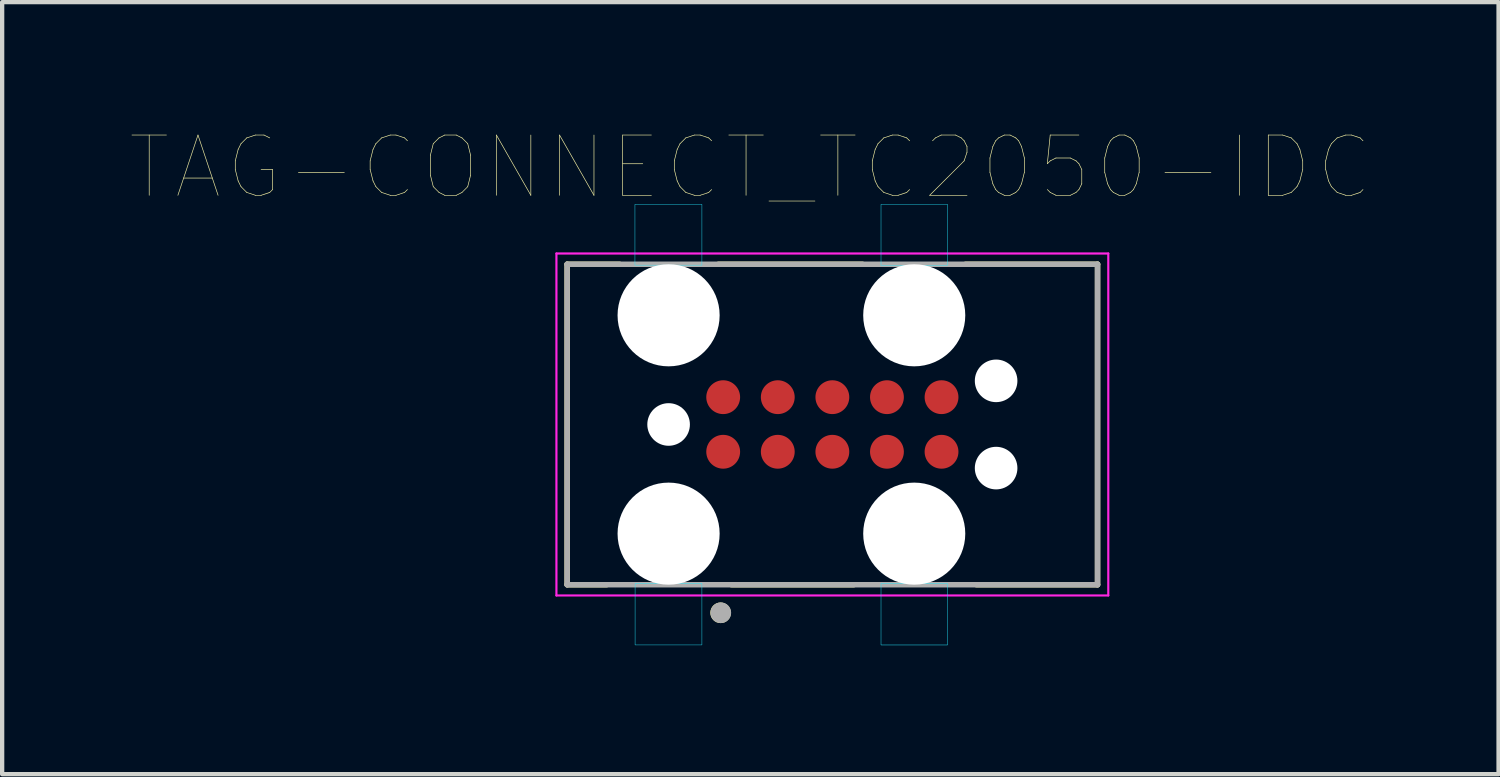
<source format=kicad_pcb>
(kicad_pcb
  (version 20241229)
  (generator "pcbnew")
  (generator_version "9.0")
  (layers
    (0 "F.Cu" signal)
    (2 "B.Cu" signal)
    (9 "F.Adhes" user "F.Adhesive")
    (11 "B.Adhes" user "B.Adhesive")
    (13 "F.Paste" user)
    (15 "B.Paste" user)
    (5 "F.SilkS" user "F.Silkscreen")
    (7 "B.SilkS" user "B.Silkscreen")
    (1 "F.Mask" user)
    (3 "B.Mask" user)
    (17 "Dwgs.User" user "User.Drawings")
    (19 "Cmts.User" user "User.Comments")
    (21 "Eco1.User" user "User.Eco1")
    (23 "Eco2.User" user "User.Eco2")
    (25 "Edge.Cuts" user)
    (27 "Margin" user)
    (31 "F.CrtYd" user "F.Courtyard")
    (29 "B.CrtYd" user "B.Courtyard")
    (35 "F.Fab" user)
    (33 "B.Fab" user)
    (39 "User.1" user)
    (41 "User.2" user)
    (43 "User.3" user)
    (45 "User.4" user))
  (footprint "TAG-CONNECT_TC2050-IDC"
    (layer "F.Cu")
    (at 16.316 6.826)
    (property "Reference" "TAG-CONNECT_TC2050-IDC" (at -1.908 -5.98 0) (layer "F.SilkS") (effects (font (size 1.402 1.402) (thickness 0.015))))
    (attr through_hole)
    (fp_line (start -6.17 -3.728) (end -4.95 -3.728) (stroke (width 0.127) (type solid)) (layer "F.SilkS"))
    (fp_line (start -6.17 3.728) (end -6.17 -3.728) (stroke (width 0.127) (type solid)) (layer "F.SilkS"))
    (fp_line (start -5.25 3.728) (end -6.17 3.728) (stroke (width 0.127) (type solid)) (layer "F.SilkS"))
    (fp_line (start -2.65 -3.728) (end 0.7 -3.728) (stroke (width 0.127) (type solid)) (layer "F.SilkS"))
    (fp_line (start 0.5 3.728) (end -2.35 3.728) (stroke (width 0.127) (type solid)) (layer "F.SilkS"))
    (fp_line (start 3.1 -3.728) (end 6.17 -3.728) (stroke (width 0.127) (type solid)) (layer "F.SilkS"))
    (fp_line (start 6.17 -3.728) (end 6.17 3.728) (stroke (width 0.127) (type solid)) (layer "F.SilkS"))
    (fp_line (start 6.17 3.728) (end 3.35 3.728) (stroke (width 0.127) (type solid)) (layer "F.SilkS"))
    (fp_circle (center -2.6 4.381) (end -2.48 4.381) (stroke (width 0.24) (type solid)) (fill no) (layer "F.SilkS"))
    (fp_poly (pts (xy -2.54 -0.241) (xy -2.54 0.241) (xy 2.54 0.241) (xy 2.54 -0.241)) (stroke (width 0.0001) (type solid)) (fill no) (layer "Dwgs.User"))
    (fp_poly (pts (xy -2.54 0) (xy -2.54 0.241) (xy 2.54 0.241) (xy 2.54 -0.241) (xy -2.54 -0.241)) (stroke (width 0.0001) (type solid)) (fill no) (layer "Dwgs.User"))
    (fp_poly (pts (xy -2.54 0.241) (xy -1.27 0.241) (xy -1.291 0.242) (xy -1.311 0.243) (xy -1.332 0.246) (xy -1.352 0.25) (xy -1.372 0.255) (xy -1.392 0.261) (xy -1.411 0.267) (xy -1.43 0.275) (xy -1.449 0.284) (xy -1.467 0.294) (xy -1.484 0.305) (xy -1.501 0.316) (xy -1.518 0.329) (xy -1.533 0.342) (xy -1.548 0.357) (xy -1.563 0.372) (xy -1.576 0.387) (xy -1.589 0.404) (xy -1.6 0.421) (xy -1.611 0.438) (xy -1.621 0.456) (xy -1.63 0.475) (xy -1.638 0.494) (xy -1.644 0.513) (xy -1.65 0.533) (xy -1.655 0.553) (xy -1.659 0.573) (xy -1.662 0.594) (xy -1.663 0.614) (xy -1.664 0.635) (xy -2.146 0.635) (xy -2.147 0.614) (xy -2.148 0.594) (xy -2.151 0.573) (xy -2.155 0.553) (xy -2.16 0.533) (xy -2.166 0.513) (xy -2.172 0.494) (xy -2.18 0.475) (xy -2.189 0.456) (xy -2.199 0.438) (xy -2.21 0.421) (xy -2.221 0.404) (xy -2.234 0.387) (xy -2.247 0.372) (xy -2.262 0.357) (xy -2.277 0.342) (xy -2.292 0.329) (xy -2.309 0.316) (xy -2.326 0.305) (xy -2.343 0.294) (xy -2.361 0.284) (xy -2.38 0.275) (xy -2.399 0.267) (xy -2.418 0.261) (xy -2.438 0.255) (xy -2.458 0.25) (xy -2.478 0.246) (xy -2.499 0.243) (xy -2.519 0.242) (xy -2.54 0.241)) (stroke (width 0.0001) (type solid)) (fill no) (layer "Dwgs.User"))
    (fp_poly (pts (xy -2.54 0.241) (xy -1.27 0.241) (xy -1.291 0.242) (xy -1.311 0.243) (xy -1.332 0.246) (xy -1.352 0.25) (xy -1.372 0.255) (xy -1.392 0.261) (xy -1.411 0.267) (xy -1.43 0.275) (xy -1.449 0.284) (xy -1.467 0.294) (xy -1.484 0.305) (xy -1.501 0.316) (xy -1.518 0.329) (xy -1.533 0.342) (xy -1.548 0.357) (xy -1.563 0.372) (xy -1.576 0.387) (xy -1.589 0.404) (xy -1.6 0.421) (xy -1.611 0.438) (xy -1.621 0.456) (xy -1.63 0.475) (xy -1.638 0.494) (xy -1.644 0.513) (xy -1.65 0.533) (xy -1.655 0.553) (xy -1.659 0.573) (xy -1.662 0.594) (xy -1.663 0.614) (xy -1.664 0.635) (xy -2.146 0.635) (xy -2.147 0.614) (xy -2.148 0.594) (xy -2.151 0.573) (xy -2.155 0.553) (xy -2.16 0.533) (xy -2.166 0.513) (xy -2.172 0.494) (xy -2.18 0.475) (xy -2.189 0.456) (xy -2.199 0.438) (xy -2.21 0.421) (xy -2.221 0.404) (xy -2.234 0.387) (xy -2.247 0.372) (xy -2.262 0.357) (xy -2.277 0.342) (xy -2.292 0.329) (xy -2.309 0.316) (xy -2.326 0.305) (xy -2.343 0.294) (xy -2.361 0.284) (xy -2.38 0.275) (xy -2.399 0.267) (xy -2.418 0.261) (xy -2.438 0.255) (xy -2.458 0.25) (xy -2.478 0.246) (xy -2.499 0.243) (xy -2.519 0.242) (xy -2.54 0.241)) (stroke (width 0.0001) (type solid)) (fill no) (layer "Dwgs.User"))
    (fp_poly (pts (xy -1.27 -0.241) (xy -2.54 -0.241) (xy -2.519 -0.242) (xy -2.499 -0.243) (xy -2.478 -0.246) (xy -2.458 -0.25) (xy -2.438 -0.255) (xy -2.418 -0.261) (xy -2.399 -0.267) (xy -2.38 -0.275) (xy -2.361 -0.284) (xy -2.343 -0.294) (xy -2.326 -0.305) (xy -2.309 -0.316) (xy -2.292 -0.329) (xy -2.277 -0.342) (xy -2.262 -0.357) (xy -2.247 -0.372) (xy -2.234 -0.387) (xy -2.221 -0.404) (xy -2.21 -0.421) (xy -2.199 -0.438) (xy -2.189 -0.456) (xy -2.18 -0.475) (xy -2.172 -0.494) (xy -2.166 -0.513) (xy -2.16 -0.533) (xy -2.155 -0.553) (xy -2.151 -0.573) (xy -2.148 -0.594) (xy -2.147 -0.614) (xy -2.146 -0.635) (xy -1.664 -0.635) (xy -1.663 -0.614) (xy -1.662 -0.594) (xy -1.659 -0.573) (xy -1.655 -0.553) (xy -1.65 -0.533) (xy -1.644 -0.513) (xy -1.638 -0.494) (xy -1.63 -0.475) (xy -1.621 -0.456) (xy -1.611 -0.438) (xy -1.6 -0.421) (xy -1.589 -0.404) (xy -1.576 -0.387) (xy -1.563 -0.372) (xy -1.548 -0.357) (xy -1.533 -0.342) (xy -1.518 -0.329) (xy -1.501 -0.316) (xy -1.484 -0.305) (xy -1.467 -0.294) (xy -1.449 -0.284) (xy -1.43 -0.275) (xy -1.411 -0.267) (xy -1.392 -0.261) (xy -1.372 -0.255) (xy -1.352 -0.25) (xy -1.332 -0.246) (xy -1.311 -0.243) (xy -1.291 -0.242) (xy -1.27 -0.241)) (stroke (width 0.0001) (type solid)) (fill no) (layer "Dwgs.User"))
    (fp_poly (pts (xy -1.27 -0.241) (xy -2.54 -0.241) (xy -2.519 -0.242) (xy -2.499 -0.243) (xy -2.478 -0.246) (xy -2.458 -0.25) (xy -2.438 -0.255) (xy -2.418 -0.261) (xy -2.399 -0.267) (xy -2.38 -0.275) (xy -2.361 -0.284) (xy -2.343 -0.294) (xy -2.326 -0.305) (xy -2.309 -0.316) (xy -2.292 -0.329) (xy -2.277 -0.342) (xy -2.262 -0.357) (xy -2.247 -0.372) (xy -2.234 -0.387) (xy -2.221 -0.404) (xy -2.21 -0.421) (xy -2.199 -0.438) (xy -2.189 -0.456) (xy -2.18 -0.475) (xy -2.172 -0.494) (xy -2.166 -0.513) (xy -2.16 -0.533) (xy -2.155 -0.553) (xy -2.151 -0.573) (xy -2.148 -0.594) (xy -2.147 -0.614) (xy -2.146 -0.635) (xy -1.664 -0.635) (xy -1.663 -0.614) (xy -1.662 -0.594) (xy -1.659 -0.573) (xy -1.655 -0.553) (xy -1.65 -0.533) (xy -1.644 -0.513) (xy -1.638 -0.494) (xy -1.63 -0.475) (xy -1.621 -0.456) (xy -1.611 -0.438) (xy -1.6 -0.421) (xy -1.589 -0.404) (xy -1.576 -0.387) (xy -1.563 -0.372) (xy -1.548 -0.357) (xy -1.533 -0.342) (xy -1.518 -0.329) (xy -1.501 -0.316) (xy -1.484 -0.305) (xy -1.467 -0.294) (xy -1.449 -0.284) (xy -1.43 -0.275) (xy -1.411 -0.267) (xy -1.392 -0.261) (xy -1.372 -0.255) (xy -1.352 -0.25) (xy -1.332 -0.246) (xy -1.311 -0.243) (xy -1.291 -0.242) (xy -1.27 -0.241)) (stroke (width 0.0001) (type solid)) (fill no) (layer "Dwgs.User"))
    (fp_poly (pts (xy -1.27 0.241) (xy 0 0.241) (xy -0.021 0.242) (xy -0.041 0.243) (xy -0.062 0.246) (xy -0.082 0.25) (xy -0.102 0.255) (xy -0.122 0.261) (xy -0.141 0.267) (xy -0.16 0.275) (xy -0.179 0.284) (xy -0.197 0.294) (xy -0.214 0.305) (xy -0.231 0.316) (xy -0.248 0.329) (xy -0.263 0.342) (xy -0.278 0.357) (xy -0.293 0.372) (xy -0.306 0.387) (xy -0.319 0.404) (xy -0.33 0.421) (xy -0.341 0.438) (xy -0.351 0.456) (xy -0.36 0.475) (xy -0.368 0.494) (xy -0.374 0.513) (xy -0.38 0.533) (xy -0.385 0.553) (xy -0.389 0.573) (xy -0.392 0.594) (xy -0.393 0.614) (xy -0.394 0.635) (xy -0.876 0.635) (xy -0.877 0.614) (xy -0.878 0.594) (xy -0.881 0.573) (xy -0.885 0.553) (xy -0.89 0.533) (xy -0.896 0.513) (xy -0.902 0.494) (xy -0.91 0.475) (xy -0.919 0.456) (xy -0.929 0.438) (xy -0.94 0.421) (xy -0.951 0.404) (xy -0.964 0.387) (xy -0.977 0.372) (xy -0.992 0.357) (xy -1.007 0.342) (xy -1.022 0.329) (xy -1.039 0.316) (xy -1.056 0.305) (xy -1.073 0.294) (xy -1.091 0.284) (xy -1.11 0.275) (xy -1.129 0.267) (xy -1.148 0.261) (xy -1.168 0.255) (xy -1.188 0.25) (xy -1.208 0.246) (xy -1.229 0.243) (xy -1.249 0.242) (xy -1.27 0.241)) (stroke (width 0.0001) (type solid)) (fill no) (layer "Dwgs.User"))
    (fp_poly (pts (xy -1.27 0.241) (xy 0 0.241) (xy -0.021 0.242) (xy -0.041 0.243) (xy -0.062 0.246) (xy -0.082 0.25) (xy -0.102 0.255) (xy -0.122 0.261) (xy -0.141 0.267) (xy -0.16 0.275) (xy -0.179 0.284) (xy -0.197 0.294) (xy -0.214 0.305) (xy -0.231 0.316) (xy -0.248 0.329) (xy -0.263 0.342) (xy -0.278 0.357) (xy -0.293 0.372) (xy -0.306 0.387) (xy -0.319 0.404) (xy -0.33 0.421) (xy -0.341 0.438) (xy -0.351 0.456) (xy -0.36 0.475) (xy -0.368 0.494) (xy -0.374 0.513) (xy -0.38 0.533) (xy -0.385 0.553) (xy -0.389 0.573) (xy -0.392 0.594) (xy -0.393 0.614) (xy -0.394 0.635) (xy -0.876 0.635) (xy -0.877 0.614) (xy -0.878 0.594) (xy -0.881 0.573) (xy -0.885 0.553) (xy -0.89 0.533) (xy -0.896 0.513) (xy -0.902 0.494) (xy -0.91 0.475) (xy -0.919 0.456) (xy -0.929 0.438) (xy -0.94 0.421) (xy -0.951 0.404) (xy -0.964 0.387) (xy -0.977 0.372) (xy -0.992 0.357) (xy -1.007 0.342) (xy -1.022 0.329) (xy -1.039 0.316) (xy -1.056 0.305) (xy -1.073 0.294) (xy -1.091 0.284) (xy -1.11 0.275) (xy -1.129 0.267) (xy -1.148 0.261) (xy -1.168 0.255) (xy -1.188 0.25) (xy -1.208 0.246) (xy -1.229 0.243) (xy -1.249 0.242) (xy -1.27 0.241)) (stroke (width 0.0001) (type solid)) (fill no) (layer "Dwgs.User"))
    (fp_poly (pts (xy 0 -0.241) (xy -1.27 -0.241) (xy -1.249 -0.242) (xy -1.229 -0.243) (xy -1.208 -0.246) (xy -1.188 -0.25) (xy -1.168 -0.255) (xy -1.148 -0.261) (xy -1.129 -0.267) (xy -1.11 -0.275) (xy -1.091 -0.284) (xy -1.073 -0.294) (xy -1.056 -0.305) (xy -1.039 -0.316) (xy -1.022 -0.329) (xy -1.007 -0.342) (xy -0.992 -0.357) (xy -0.977 -0.372) (xy -0.964 -0.387) (xy -0.951 -0.404) (xy -0.94 -0.421) (xy -0.929 -0.438) (xy -0.919 -0.456) (xy -0.91 -0.475) (xy -0.902 -0.494) (xy -0.896 -0.513) (xy -0.89 -0.533) (xy -0.885 -0.553) (xy -0.881 -0.573) (xy -0.878 -0.594) (xy -0.877 -0.614) (xy -0.876 -0.635) (xy -0.394 -0.635) (xy -0.393 -0.614) (xy -0.392 -0.594) (xy -0.389 -0.573) (xy -0.385 -0.553) (xy -0.38 -0.533) (xy -0.374 -0.513) (xy -0.368 -0.494) (xy -0.36 -0.475) (xy -0.351 -0.456) (xy -0.341 -0.438) (xy -0.33 -0.421) (xy -0.319 -0.404) (xy -0.306 -0.387) (xy -0.293 -0.372) (xy -0.278 -0.357) (xy -0.263 -0.342) (xy -0.248 -0.329) (xy -0.231 -0.316) (xy -0.214 -0.305) (xy -0.197 -0.294) (xy -0.179 -0.284) (xy -0.16 -0.275) (xy -0.141 -0.267) (xy -0.122 -0.261) (xy -0.102 -0.255) (xy -0.082 -0.25) (xy -0.062 -0.246) (xy -0.041 -0.243) (xy -0.021 -0.242) (xy 0 -0.241)) (stroke (width 0.0001) (type solid)) (fill no) (layer "Dwgs.User"))
    (fp_poly (pts (xy 0 -0.241) (xy -1.27 -0.241) (xy -1.249 -0.242) (xy -1.229 -0.243) (xy -1.208 -0.246) (xy -1.188 -0.25) (xy -1.168 -0.255) (xy -1.148 -0.261) (xy -1.129 -0.267) (xy -1.11 -0.275) (xy -1.091 -0.284) (xy -1.073 -0.294) (xy -1.056 -0.305) (xy -1.039 -0.316) (xy -1.022 -0.329) (xy -1.007 -0.342) (xy -0.992 -0.357) (xy -0.977 -0.372) (xy -0.964 -0.387) (xy -0.951 -0.404) (xy -0.94 -0.421) (xy -0.929 -0.438) (xy -0.919 -0.456) (xy -0.91 -0.475) (xy -0.902 -0.494) (xy -0.896 -0.513) (xy -0.89 -0.533) (xy -0.885 -0.553) (xy -0.881 -0.573) (xy -0.878 -0.594) (xy -0.877 -0.614) (xy -0.876 -0.635) (xy -0.394 -0.635) (xy -0.393 -0.614) (xy -0.392 -0.594) (xy -0.389 -0.573) (xy -0.385 -0.553) (xy -0.38 -0.533) (xy -0.374 -0.513) (xy -0.368 -0.494) (xy -0.36 -0.475) (xy -0.351 -0.456) (xy -0.341 -0.438) (xy -0.33 -0.421) (xy -0.319 -0.404) (xy -0.306 -0.387) (xy -0.293 -0.372) (xy -0.278 -0.357) (xy -0.263 -0.342) (xy -0.248 -0.329) (xy -0.231 -0.316) (xy -0.214 -0.305) (xy -0.197 -0.294) (xy -0.179 -0.284) (xy -0.16 -0.275) (xy -0.141 -0.267) (xy -0.122 -0.261) (xy -0.102 -0.255) (xy -0.082 -0.25) (xy -0.062 -0.246) (xy -0.041 -0.243) (xy -0.021 -0.242) (xy 0 -0.241)) (stroke (width 0.0001) (type solid)) (fill no) (layer "Dwgs.User"))
    (fp_poly (pts (xy 0 0.241) (xy 1.27 0.241) (xy 1.249 0.242) (xy 1.229 0.243) (xy 1.208 0.246) (xy 1.188 0.25) (xy 1.168 0.255) (xy 1.148 0.261) (xy 1.129 0.267) (xy 1.11 0.275) (xy 1.091 0.284) (xy 1.073 0.294) (xy 1.056 0.305) (xy 1.039 0.316) (xy 1.022 0.329) (xy 1.007 0.342) (xy 0.992 0.357) (xy 0.977 0.372) (xy 0.964 0.387) (xy 0.951 0.404) (xy 0.94 0.421) (xy 0.929 0.438) (xy 0.919 0.456) (xy 0.91 0.475) (xy 0.902 0.494) (xy 0.896 0.513) (xy 0.89 0.533) (xy 0.885 0.553) (xy 0.881 0.573) (xy 0.878 0.594) (xy 0.877 0.614) (xy 0.876 0.635) (xy 0.394 0.635) (xy 0.393 0.614) (xy 0.392 0.594) (xy 0.389 0.573) (xy 0.385 0.553) (xy 0.38 0.533) (xy 0.374 0.513) (xy 0.368 0.494) (xy 0.36 0.475) (xy 0.351 0.456) (xy 0.341 0.438) (xy 0.33 0.421) (xy 0.319 0.404) (xy 0.306 0.387) (xy 0.293 0.372) (xy 0.278 0.357) (xy 0.263 0.342) (xy 0.248 0.329) (xy 0.231 0.316) (xy 0.214 0.305) (xy 0.197 0.294) (xy 0.179 0.284) (xy 0.16 0.275) (xy 0.141 0.267) (xy 0.122 0.261) (xy 0.102 0.255) (xy 0.082 0.25) (xy 0.062 0.246) (xy 0.041 0.243) (xy 0.021 0.242) (xy 0 0.241)) (stroke (width 0.0001) (type solid)) (fill no) (layer "Dwgs.User"))
    (fp_poly (pts (xy 0 0.241) (xy 1.27 0.241) (xy 1.249 0.242) (xy 1.229 0.243) (xy 1.208 0.246) (xy 1.188 0.25) (xy 1.168 0.255) (xy 1.148 0.261) (xy 1.129 0.267) (xy 1.11 0.275) (xy 1.091 0.284) (xy 1.073 0.294) (xy 1.056 0.305) (xy 1.039 0.316) (xy 1.022 0.329) (xy 1.007 0.342) (xy 0.992 0.357) (xy 0.977 0.372) (xy 0.964 0.387) (xy 0.951 0.404) (xy 0.94 0.421) (xy 0.929 0.438) (xy 0.919 0.456) (xy 0.91 0.475) (xy 0.902 0.494) (xy 0.896 0.513) (xy 0.89 0.533) (xy 0.885 0.553) (xy 0.881 0.573) (xy 0.878 0.594) (xy 0.877 0.614) (xy 0.876 0.635) (xy 0.394 0.635) (xy 0.393 0.614) (xy 0.392 0.594) (xy 0.389 0.573) (xy 0.385 0.553) (xy 0.38 0.533) (xy 0.374 0.513) (xy 0.368 0.494) (xy 0.36 0.475) (xy 0.351 0.456) (xy 0.341 0.438) (xy 0.33 0.421) (xy 0.319 0.404) (xy 0.306 0.387) (xy 0.293 0.372) (xy 0.278 0.357) (xy 0.263 0.342) (xy 0.248 0.329) (xy 0.231 0.316) (xy 0.214 0.305) (xy 0.197 0.294) (xy 0.179 0.284) (xy 0.16 0.275) (xy 0.141 0.267) (xy 0.122 0.261) (xy 0.102 0.255) (xy 0.082 0.25) (xy 0.062 0.246) (xy 0.041 0.243) (xy 0.021 0.242) (xy 0 0.241)) (stroke (width 0.0001) (type solid)) (fill no) (layer "Dwgs.User"))
    (fp_poly (pts (xy 1.27 -0.241) (xy 0 -0.241) (xy 0.021 -0.242) (xy 0.041 -0.243) (xy 0.062 -0.246) (xy 0.082 -0.25) (xy 0.102 -0.255) (xy 0.122 -0.261) (xy 0.141 -0.267) (xy 0.16 -0.275) (xy 0.179 -0.284) (xy 0.197 -0.294) (xy 0.214 -0.305) (xy 0.231 -0.316) (xy 0.248 -0.329) (xy 0.263 -0.342) (xy 0.278 -0.357) (xy 0.293 -0.372) (xy 0.306 -0.387) (xy 0.319 -0.404) (xy 0.33 -0.421) (xy 0.341 -0.438) (xy 0.351 -0.456) (xy 0.36 -0.475) (xy 0.368 -0.494) (xy 0.374 -0.513) (xy 0.38 -0.533) (xy 0.385 -0.553) (xy 0.389 -0.573) (xy 0.392 -0.594) (xy 0.393 -0.614) (xy 0.394 -0.635) (xy 0.876 -0.635) (xy 0.877 -0.614) (xy 0.878 -0.594) (xy 0.881 -0.573) (xy 0.885 -0.553) (xy 0.89 -0.533) (xy 0.896 -0.513) (xy 0.902 -0.494) (xy 0.91 -0.475) (xy 0.919 -0.456) (xy 0.929 -0.438) (xy 0.94 -0.421) (xy 0.951 -0.404) (xy 0.964 -0.387) (xy 0.977 -0.372) (xy 0.992 -0.357) (xy 1.007 -0.342) (xy 1.022 -0.329) (xy 1.039 -0.316) (xy 1.056 -0.305) (xy 1.073 -0.294) (xy 1.091 -0.284) (xy 1.11 -0.275) (xy 1.129 -0.267) (xy 1.148 -0.261) (xy 1.168 -0.255) (xy 1.188 -0.25) (xy 1.208 -0.246) (xy 1.229 -0.243) (xy 1.249 -0.242) (xy 1.27 -0.241)) (stroke (width 0.0001) (type solid)) (fill no) (layer "Dwgs.User"))
    (fp_poly (pts (xy 1.27 -0.241) (xy 0 -0.241) (xy 0.021 -0.242) (xy 0.041 -0.243) (xy 0.062 -0.246) (xy 0.082 -0.25) (xy 0.102 -0.255) (xy 0.122 -0.261) (xy 0.141 -0.267) (xy 0.16 -0.275) (xy 0.179 -0.284) (xy 0.197 -0.294) (xy 0.214 -0.305) (xy 0.231 -0.316) (xy 0.248 -0.329) (xy 0.263 -0.342) (xy 0.278 -0.357) (xy 0.293 -0.372) (xy 0.306 -0.387) (xy 0.319 -0.404) (xy 0.33 -0.421) (xy 0.341 -0.438) (xy 0.351 -0.456) (xy 0.36 -0.475) (xy 0.368 -0.494) (xy 0.374 -0.513) (xy 0.38 -0.533) (xy 0.385 -0.553) (xy 0.389 -0.573) (xy 0.392 -0.594) (xy 0.393 -0.614) (xy 0.394 -0.635) (xy 0.876 -0.635) (xy 0.877 -0.614) (xy 0.878 -0.594) (xy 0.881 -0.573) (xy 0.885 -0.553) (xy 0.89 -0.533) (xy 0.896 -0.513) (xy 0.902 -0.494) (xy 0.91 -0.475) (xy 0.919 -0.456) (xy 0.929 -0.438) (xy 0.94 -0.421) (xy 0.951 -0.404) (xy 0.964 -0.387) (xy 0.977 -0.372) (xy 0.992 -0.357) (xy 1.007 -0.342) (xy 1.022 -0.329) (xy 1.039 -0.316) (xy 1.056 -0.305) (xy 1.073 -0.294) (xy 1.091 -0.284) (xy 1.11 -0.275) (xy 1.129 -0.267) (xy 1.148 -0.261) (xy 1.168 -0.255) (xy 1.188 -0.25) (xy 1.208 -0.246) (xy 1.229 -0.243) (xy 1.249 -0.242) (xy 1.27 -0.241)) (stroke (width 0.0001) (type solid)) (fill no) (layer "Dwgs.User"))
    (fp_poly (pts (xy 1.27 0.241) (xy 2.54 0.241) (xy 2.519 0.242) (xy 2.499 0.243) (xy 2.478 0.246) (xy 2.458 0.25) (xy 2.438 0.255) (xy 2.418 0.261) (xy 2.399 0.267) (xy 2.38 0.275) (xy 2.361 0.284) (xy 2.343 0.294) (xy 2.326 0.305) (xy 2.309 0.316) (xy 2.292 0.329) (xy 2.277 0.342) (xy 2.262 0.357) (xy 2.247 0.372) (xy 2.234 0.387) (xy 2.221 0.404) (xy 2.21 0.421) (xy 2.199 0.438) (xy 2.189 0.456) (xy 2.18 0.475) (xy 2.172 0.494) (xy 2.166 0.513) (xy 2.16 0.533) (xy 2.155 0.553) (xy 2.151 0.573) (xy 2.148 0.594) (xy 2.147 0.614) (xy 2.146 0.635) (xy 1.664 0.635) (xy 1.663 0.614) (xy 1.662 0.594) (xy 1.659 0.573) (xy 1.655 0.553) (xy 1.65 0.533) (xy 1.644 0.513) (xy 1.638 0.494) (xy 1.63 0.475) (xy 1.621 0.456) (xy 1.611 0.438) (xy 1.6 0.421) (xy 1.589 0.404) (xy 1.576 0.387) (xy 1.563 0.372) (xy 1.548 0.357) (xy 1.533 0.342) (xy 1.518 0.329) (xy 1.501 0.316) (xy 1.484 0.305) (xy 1.467 0.294) (xy 1.449 0.284) (xy 1.43 0.275) (xy 1.411 0.267) (xy 1.392 0.261) (xy 1.372 0.255) (xy 1.352 0.25) (xy 1.332 0.246) (xy 1.311 0.243) (xy 1.291 0.242) (xy 1.27 0.241)) (stroke (width 0.0001) (type solid)) (fill no) (layer "Dwgs.User"))
    (fp_poly (pts (xy 1.27 0.241) (xy 2.54 0.241) (xy 2.519 0.242) (xy 2.499 0.243) (xy 2.478 0.246) (xy 2.458 0.25) (xy 2.438 0.255) (xy 2.418 0.261) (xy 2.399 0.267) (xy 2.38 0.275) (xy 2.361 0.284) (xy 2.343 0.294) (xy 2.326 0.305) (xy 2.309 0.316) (xy 2.292 0.329) (xy 2.277 0.342) (xy 2.262 0.357) (xy 2.247 0.372) (xy 2.234 0.387) (xy 2.221 0.404) (xy 2.21 0.421) (xy 2.199 0.438) (xy 2.189 0.456) (xy 2.18 0.475) (xy 2.172 0.494) (xy 2.166 0.513) (xy 2.16 0.533) (xy 2.155 0.553) (xy 2.151 0.573) (xy 2.148 0.594) (xy 2.147 0.614) (xy 2.146 0.635) (xy 1.664 0.635) (xy 1.663 0.614) (xy 1.662 0.594) (xy 1.659 0.573) (xy 1.655 0.553) (xy 1.65 0.533) (xy 1.644 0.513) (xy 1.638 0.494) (xy 1.63 0.475) (xy 1.621 0.456) (xy 1.611 0.438) (xy 1.6 0.421) (xy 1.589 0.404) (xy 1.576 0.387) (xy 1.563 0.372) (xy 1.548 0.357) (xy 1.533 0.342) (xy 1.518 0.329) (xy 1.501 0.316) (xy 1.484 0.305) (xy 1.467 0.294) (xy 1.449 0.284) (xy 1.43 0.275) (xy 1.411 0.267) (xy 1.392 0.261) (xy 1.372 0.255) (xy 1.352 0.25) (xy 1.332 0.246) (xy 1.311 0.243) (xy 1.291 0.242) (xy 1.27 0.241)) (stroke (width 0.0001) (type solid)) (fill no) (layer "Dwgs.User"))
    (fp_poly (pts (xy 2.54 -0.241) (xy 1.27 -0.241) (xy 1.291 -0.242) (xy 1.311 -0.243) (xy 1.332 -0.246) (xy 1.352 -0.25) (xy 1.372 -0.255) (xy 1.392 -0.261) (xy 1.411 -0.267) (xy 1.43 -0.275) (xy 1.449 -0.284) (xy 1.467 -0.294) (xy 1.484 -0.305) (xy 1.501 -0.316) (xy 1.518 -0.329) (xy 1.533 -0.342) (xy 1.548 -0.357) (xy 1.563 -0.372) (xy 1.576 -0.387) (xy 1.589 -0.404) (xy 1.6 -0.421) (xy 1.611 -0.438) (xy 1.621 -0.456) (xy 1.63 -0.475) (xy 1.638 -0.494) (xy 1.644 -0.513) (xy 1.65 -0.533) (xy 1.655 -0.553) (xy 1.659 -0.573) (xy 1.662 -0.594) (xy 1.663 -0.614) (xy 1.664 -0.635) (xy 2.146 -0.635) (xy 2.147 -0.614) (xy 2.148 -0.594) (xy 2.151 -0.573) (xy 2.155 -0.553) (xy 2.16 -0.533) (xy 2.166 -0.513) (xy 2.172 -0.494) (xy 2.18 -0.475) (xy 2.189 -0.456) (xy 2.199 -0.438) (xy 2.21 -0.421) (xy 2.221 -0.404) (xy 2.234 -0.387) (xy 2.247 -0.372) (xy 2.262 -0.357) (xy 2.277 -0.342) (xy 2.292 -0.329) (xy 2.309 -0.316) (xy 2.326 -0.305) (xy 2.343 -0.294) (xy 2.361 -0.284) (xy 2.38 -0.275) (xy 2.399 -0.267) (xy 2.418 -0.261) (xy 2.438 -0.255) (xy 2.458 -0.25) (xy 2.478 -0.246) (xy 2.499 -0.243) (xy 2.519 -0.242) (xy 2.54 -0.241)) (stroke (width 0.0001) (type solid)) (fill no) (layer "Dwgs.User"))
    (fp_poly (pts (xy 2.54 -0.241) (xy 1.27 -0.241) (xy 1.291 -0.242) (xy 1.311 -0.243) (xy 1.332 -0.246) (xy 1.352 -0.25) (xy 1.372 -0.255) (xy 1.392 -0.261) (xy 1.411 -0.267) (xy 1.43 -0.275) (xy 1.449 -0.284) (xy 1.467 -0.294) (xy 1.484 -0.305) (xy 1.501 -0.316) (xy 1.518 -0.329) (xy 1.533 -0.342) (xy 1.548 -0.357) (xy 1.563 -0.372) (xy 1.576 -0.387) (xy 1.589 -0.404) (xy 1.6 -0.421) (xy 1.611 -0.438) (xy 1.621 -0.456) (xy 1.63 -0.475) (xy 1.638 -0.494) (xy 1.644 -0.513) (xy 1.65 -0.533) (xy 1.655 -0.553) (xy 1.659 -0.573) (xy 1.662 -0.594) (xy 1.663 -0.614) (xy 1.664 -0.635) (xy 2.146 -0.635) (xy 2.147 -0.614) (xy 2.148 -0.594) (xy 2.151 -0.573) (xy 2.155 -0.553) (xy 2.16 -0.533) (xy 2.166 -0.513) (xy 2.172 -0.494) (xy 2.18 -0.475) (xy 2.189 -0.456) (xy 2.199 -0.438) (xy 2.21 -0.421) (xy 2.221 -0.404) (xy 2.234 -0.387) (xy 2.247 -0.372) (xy 2.262 -0.357) (xy 2.277 -0.342) (xy 2.292 -0.329) (xy 2.309 -0.316) (xy 2.326 -0.305) (xy 2.343 -0.294) (xy 2.361 -0.284) (xy 2.38 -0.275) (xy 2.399 -0.267) (xy 2.418 -0.261) (xy 2.438 -0.255) (xy 2.458 -0.25) (xy 2.478 -0.246) (xy 2.499 -0.243) (xy 2.519 -0.242) (xy 2.54 -0.241)) (stroke (width 0.0001) (type solid)) (fill no) (layer "Dwgs.User"))
    (fp_poly (pts (xy -4.593 -5.122) (xy -3.035 -5.122) (xy -3.035 -3.707) (xy -4.593 -3.707)) (stroke (width 0.01) (type solid)) (fill no) (layer "B.CrtYd"))
    (fp_poly (pts (xy -4.59 3.7) (xy -3.035 3.7) (xy -3.035 5.129) (xy -4.59 5.129)) (stroke (width 0.01) (type solid)) (fill no) (layer "B.CrtYd"))
    (fp_poly (pts (xy 1.132 -5.122) (xy 2.679 -5.122) (xy 2.679 -3.706) (xy 1.132 -3.706)) (stroke (width 0.01) (type solid)) (fill no) (layer "B.CrtYd"))
    (fp_poly (pts (xy 1.132 3.7) (xy 2.679 3.7) (xy 2.679 5.13) (xy 1.132 5.13)) (stroke (width 0.01) (type solid)) (fill no) (layer "B.CrtYd"))
    (fp_line (start -6.42 -3.978) (end 6.42 -3.978) (stroke (width 0.05) (type solid)) (layer "F.CrtYd"))
    (fp_line (start -6.42 3.978) (end -6.42 -3.978) (stroke (width 0.05) (type solid)) (layer "F.CrtYd"))
    (fp_line (start 6.42 -3.978) (end 6.42 3.978) (stroke (width 0.05) (type solid)) (layer "F.CrtYd"))
    (fp_line (start 6.42 3.978) (end -6.42 3.978) (stroke (width 0.05) (type solid)) (layer "F.CrtYd"))
    (fp_line (start -6.17 -3.728) (end 6.17 -3.728) (stroke (width 0.127) (type solid)) (layer "F.Fab"))
    (fp_line (start -6.17 3.728) (end -6.17 -3.728) (stroke (width 0.127) (type solid)) (layer "F.Fab"))
    (fp_line (start 6.17 -3.728) (end 6.17 3.728) (stroke (width 0.127) (type solid)) (layer "F.Fab"))
    (fp_line (start 6.17 3.728) (end -6.17 3.728) (stroke (width 0.127) (type solid)) (layer "F.Fab"))
    (fp_circle (center -2.595 4.381) (end -2.475 4.381) (stroke (width 0.24) (type solid)) (fill no) (layer "F.Fab"))
    (pad "" np_thru_hole circle (at -3.81 -2.54) (size 2.375 2.375) (drill 2.375) (layers "*.Cu" "*.Mask"))
    (pad "" np_thru_hole circle (at -3.81 0) (size 0.991 0.991) (drill 0.991) (layers "*.Cu" "*.Mask"))
    (pad "" np_thru_hole circle (at -3.81 2.54) (size 2.375 2.375) (drill 2.375) (layers "*.Cu" "*.Mask"))
    (pad "" np_thru_hole circle (at 1.905 -2.54) (size 2.375 2.375) (drill 2.375) (layers "*.Cu" "*.Mask"))
    (pad "" np_thru_hole circle (at 1.905 2.54) (size 2.375 2.375) (drill 2.375) (layers "*.Cu" "*.Mask"))
    (pad "" np_thru_hole circle (at 3.81 -1.015) (size 0.991 0.991) (drill 0.991) (layers "*.Cu" "*.Mask"))
    (pad "" np_thru_hole circle (at 3.81 1.015) (size 0.991 0.991) (drill 0.991) (layers "*.Cu" "*.Mask"))
    (pad "1" smd circle (at -2.54 0.635) (size 0.787 0.787) (layers "F.Cu" "F.Mask"))
    (pad "2" smd circle (at -1.27 0.635) (size 0.787 0.787) (layers "F.Cu" "F.Mask"))
    (pad "3" smd circle (at 0 0.635) (size 0.787 0.787) (layers "F.Cu" "F.Mask"))
    (pad "4" smd circle (at 1.27 0.635) (size 0.787 0.787) (layers "F.Cu" "F.Mask"))
    (pad "5" smd circle (at 2.54 0.635) (size 0.787 0.787) (layers "F.Cu" "F.Mask"))
    (pad "6" smd circle (at 2.54 -0.635) (size 0.787 0.787) (layers "F.Cu" "F.Mask"))
    (pad "7" smd circle (at 1.27 -0.635) (size 0.787 0.787) (layers "F.Cu" "F.Mask"))
    (pad "8" smd circle (at 0 -0.635) (size 0.787 0.787) (layers "F.Cu" "F.Mask"))
    (pad "9" smd circle (at -1.27 -0.635) (size 0.787 0.787) (layers "F.Cu" "F.Mask"))
    (pad "10" smd circle (at -2.54 -0.635) (size 0.787 0.787) (layers "F.Cu" "F.Mask")))
  (gr_rect
    (start -3 -3)
    (end 31.816 14.962)
    (stroke (width 0.1) (type default))
    (fill no)
    (layer "Edge.Cuts")))
</source>
